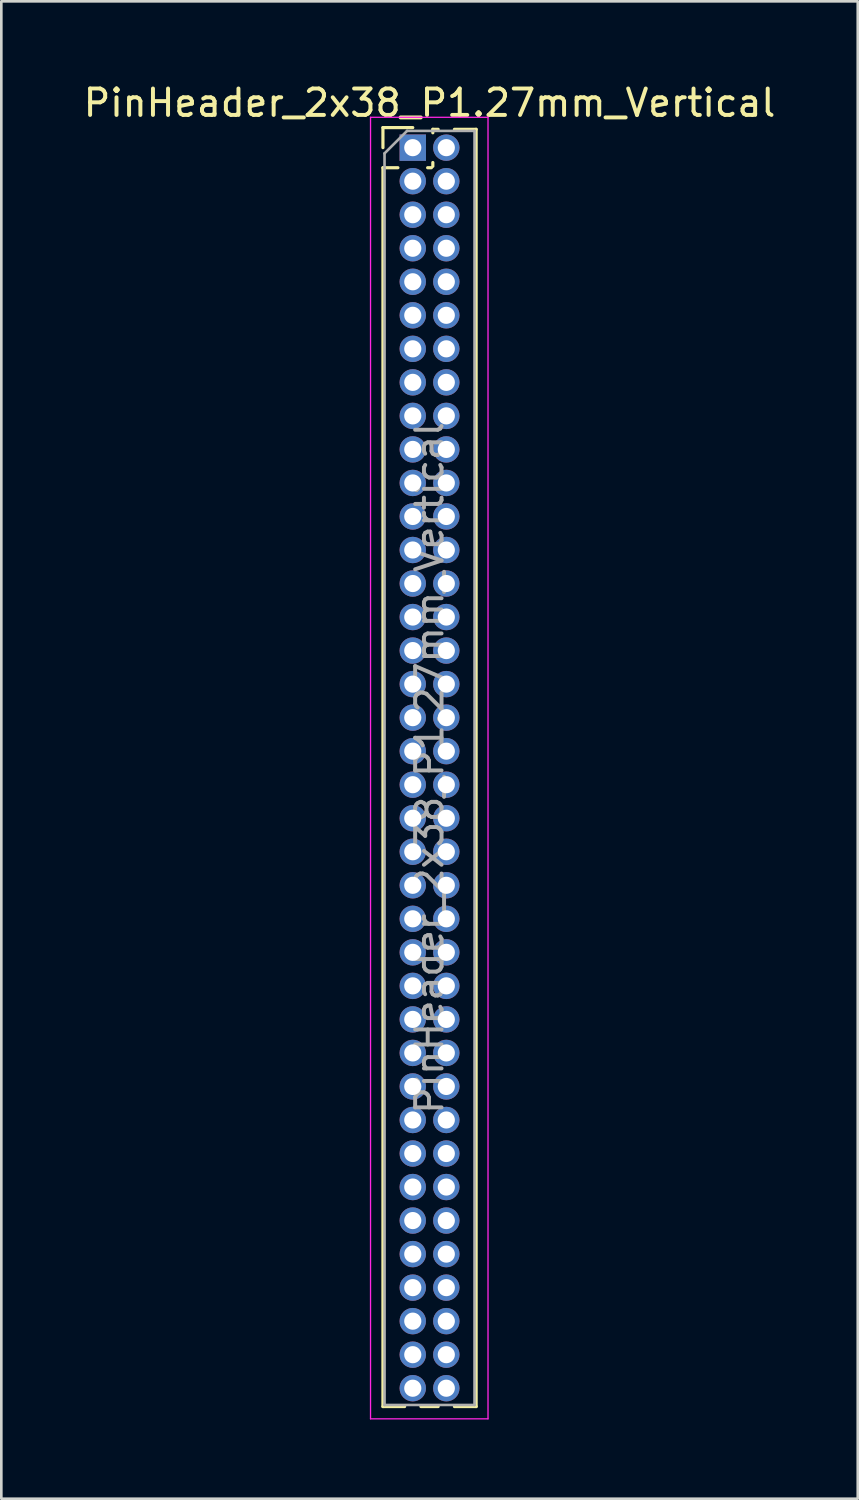
<source format=kicad_pcb>
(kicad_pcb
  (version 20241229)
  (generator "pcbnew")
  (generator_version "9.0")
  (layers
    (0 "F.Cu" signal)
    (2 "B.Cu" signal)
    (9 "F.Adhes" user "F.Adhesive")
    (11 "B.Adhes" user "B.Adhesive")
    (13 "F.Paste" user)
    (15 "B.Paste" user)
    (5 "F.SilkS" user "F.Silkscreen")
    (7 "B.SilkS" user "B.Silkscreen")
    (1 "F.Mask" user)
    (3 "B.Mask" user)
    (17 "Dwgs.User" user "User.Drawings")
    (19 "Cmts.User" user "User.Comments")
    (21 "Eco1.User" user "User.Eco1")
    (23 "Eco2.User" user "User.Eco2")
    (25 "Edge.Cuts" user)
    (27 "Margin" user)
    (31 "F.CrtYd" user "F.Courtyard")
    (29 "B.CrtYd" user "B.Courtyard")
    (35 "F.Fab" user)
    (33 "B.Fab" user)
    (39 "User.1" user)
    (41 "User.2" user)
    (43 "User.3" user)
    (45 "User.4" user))
  (footprint "PinHeader_2x38_P1.27mm_Vertical"
    (layer "F.Cu")
    (at 12.585 2.543)
    (property "Reference" "PinHeader_2x38_P1.27mm_Vertical" (at 0.635 -1.695 0) (layer "F.SilkS") (effects (font (size 1 1) (thickness 0.15))))
    (attr through_hole)
    (fp_line (start -1.13 -0.76) (end 0 -0.76) (stroke (width 0.12) (type solid)) (layer "F.SilkS"))
    (fp_line (start -1.13 0) (end -1.13 -0.76) (stroke (width 0.12) (type solid)) (layer "F.SilkS"))
    (fp_line (start -1.13 0.76) (end -1.13 47.685) (stroke (width 0.12) (type solid)) (layer "F.SilkS"))
    (fp_line (start -1.13 0.76) (end -0.563 0.76) (stroke (width 0.12) (type solid)) (layer "F.SilkS"))
    (fp_line (start -1.13 47.685) (end -0.308 47.685) (stroke (width 0.12) (type solid)) (layer "F.SilkS"))
    (fp_line (start 0.308 47.685) (end 0.962 47.685) (stroke (width 0.12) (type solid)) (layer "F.SilkS"))
    (fp_line (start 0.563 0.76) (end 0.707 0.76) (stroke (width 0.12) (type solid)) (layer "F.SilkS"))
    (fp_line (start 0.76 -0.695) (end 0.962 -0.695) (stroke (width 0.12) (type solid)) (layer "F.SilkS"))
    (fp_line (start 0.76 -0.563) (end 0.76 -0.695) (stroke (width 0.12) (type solid)) (layer "F.SilkS"))
    (fp_line (start 0.76 0.707) (end 0.76 0.563) (stroke (width 0.12) (type solid)) (layer "F.SilkS"))
    (fp_line (start 1.578 -0.695) (end 2.4 -0.695) (stroke (width 0.12) (type solid)) (layer "F.SilkS"))
    (fp_line (start 1.578 47.685) (end 2.4 47.685) (stroke (width 0.12) (type solid)) (layer "F.SilkS"))
    (fp_line (start 2.4 -0.695) (end 2.4 47.685) (stroke (width 0.12) (type solid)) (layer "F.SilkS"))
    (fp_line (start -1.6 -1.15) (end -1.6 48.15) (stroke (width 0.05) (type solid)) (layer "F.CrtYd"))
    (fp_line (start -1.6 48.15) (end 2.85 48.15) (stroke (width 0.05) (type solid)) (layer "F.CrtYd"))
    (fp_line (start 2.85 -1.15) (end -1.6 -1.15) (stroke (width 0.05) (type solid)) (layer "F.CrtYd"))
    (fp_line (start 2.85 48.15) (end 2.85 -1.15) (stroke (width 0.05) (type solid)) (layer "F.CrtYd"))
    (fp_line (start -1.07 0.217) (end -0.217 -0.635) (stroke (width 0.1) (type solid)) (layer "F.Fab"))
    (fp_line (start -1.07 47.625) (end -1.07 0.217) (stroke (width 0.1) (type solid)) (layer "F.Fab"))
    (fp_line (start -0.217 -0.635) (end 2.34 -0.635) (stroke (width 0.1) (type solid)) (layer "F.Fab"))
    (fp_line (start 2.34 -0.635) (end 2.34 47.625) (stroke (width 0.1) (type solid)) (layer "F.Fab"))
    (fp_line (start 2.34 47.625) (end -1.07 47.625) (stroke (width 0.1) (type solid)) (layer "F.Fab"))
    (fp_text user "${REFERENCE}" (at 0.635 23.495 90) (layer "F.Fab") (effects (font (size 1 1) (thickness 0.15))))
    (pad "1" thru_hole rect (at 0 0) (size 1 1) (drill 0.65) (layers "*.Cu" "*.Mask"))
    (pad "2" thru_hole oval (at 1.27 0) (size 1 1) (drill 0.65) (layers "*.Cu" "*.Mask"))
    (pad "3" thru_hole oval (at 0 1.27) (size 1 1) (drill 0.65) (layers "*.Cu" "*.Mask"))
    (pad "4" thru_hole oval (at 1.27 1.27) (size 1 1) (drill 0.65) (layers "*.Cu" "*.Mask"))
    (pad "5" thru_hole oval (at 0 2.54) (size 1 1) (drill 0.65) (layers "*.Cu" "*.Mask"))
    (pad "6" thru_hole oval (at 1.27 2.54) (size 1 1) (drill 0.65) (layers "*.Cu" "*.Mask"))
    (pad "7" thru_hole oval (at 0 3.81) (size 1 1) (drill 0.65) (layers "*.Cu" "*.Mask"))
    (pad "8" thru_hole oval (at 1.27 3.81) (size 1 1) (drill 0.65) (layers "*.Cu" "*.Mask"))
    (pad "9" thru_hole oval (at 0 5.08) (size 1 1) (drill 0.65) (layers "*.Cu" "*.Mask"))
    (pad "10" thru_hole oval (at 1.27 5.08) (size 1 1) (drill 0.65) (layers "*.Cu" "*.Mask"))
    (pad "11" thru_hole oval (at 0 6.35) (size 1 1) (drill 0.65) (layers "*.Cu" "*.Mask"))
    (pad "12" thru_hole oval (at 1.27 6.35) (size 1 1) (drill 0.65) (layers "*.Cu" "*.Mask"))
    (pad "13" thru_hole oval (at 0 7.62) (size 1 1) (drill 0.65) (layers "*.Cu" "*.Mask"))
    (pad "14" thru_hole oval (at 1.27 7.62) (size 1 1) (drill 0.65) (layers "*.Cu" "*.Mask"))
    (pad "15" thru_hole oval (at 0 8.89) (size 1 1) (drill 0.65) (layers "*.Cu" "*.Mask"))
    (pad "16" thru_hole oval (at 1.27 8.89) (size 1 1) (drill 0.65) (layers "*.Cu" "*.Mask"))
    (pad "17" thru_hole oval (at 0 10.16) (size 1 1) (drill 0.65) (layers "*.Cu" "*.Mask"))
    (pad "18" thru_hole oval (at 1.27 10.16) (size 1 1) (drill 0.65) (layers "*.Cu" "*.Mask"))
    (pad "19" thru_hole oval (at 0 11.43) (size 1 1) (drill 0.65) (layers "*.Cu" "*.Mask"))
    (pad "20" thru_hole oval (at 1.27 11.43) (size 1 1) (drill 0.65) (layers "*.Cu" "*.Mask"))
    (pad "21" thru_hole oval (at 0 12.7) (size 1 1) (drill 0.65) (layers "*.Cu" "*.Mask"))
    (pad "22" thru_hole oval (at 1.27 12.7) (size 1 1) (drill 0.65) (layers "*.Cu" "*.Mask"))
    (pad "23" thru_hole oval (at 0 13.97) (size 1 1) (drill 0.65) (layers "*.Cu" "*.Mask"))
    (pad "24" thru_hole oval (at 1.27 13.97) (size 1 1) (drill 0.65) (layers "*.Cu" "*.Mask"))
    (pad "25" thru_hole oval (at 0 15.24) (size 1 1) (drill 0.65) (layers "*.Cu" "*.Mask"))
    (pad "26" thru_hole oval (at 1.27 15.24) (size 1 1) (drill 0.65) (layers "*.Cu" "*.Mask"))
    (pad "27" thru_hole oval (at 0 16.51) (size 1 1) (drill 0.65) (layers "*.Cu" "*.Mask"))
    (pad "28" thru_hole oval (at 1.27 16.51) (size 1 1) (drill 0.65) (layers "*.Cu" "*.Mask"))
    (pad "29" thru_hole oval (at 0 17.78) (size 1 1) (drill 0.65) (layers "*.Cu" "*.Mask"))
    (pad "30" thru_hole oval (at 1.27 17.78) (size 1 1) (drill 0.65) (layers "*.Cu" "*.Mask"))
    (pad "31" thru_hole oval (at 0 19.05) (size 1 1) (drill 0.65) (layers "*.Cu" "*.Mask"))
    (pad "32" thru_hole oval (at 1.27 19.05) (size 1 1) (drill 0.65) (layers "*.Cu" "*.Mask"))
    (pad "33" thru_hole oval (at 0 20.32) (size 1 1) (drill 0.65) (layers "*.Cu" "*.Mask"))
    (pad "34" thru_hole oval (at 1.27 20.32) (size 1 1) (drill 0.65) (layers "*.Cu" "*.Mask"))
    (pad "35" thru_hole oval (at 0 21.59) (size 1 1) (drill 0.65) (layers "*.Cu" "*.Mask"))
    (pad "36" thru_hole oval (at 1.27 21.59) (size 1 1) (drill 0.65) (layers "*.Cu" "*.Mask"))
    (pad "37" thru_hole oval (at 0 22.86) (size 1 1) (drill 0.65) (layers "*.Cu" "*.Mask"))
    (pad "38" thru_hole oval (at 1.27 22.86) (size 1 1) (drill 0.65) (layers "*.Cu" "*.Mask"))
    (pad "39" thru_hole oval (at 0 24.13) (size 1 1) (drill 0.65) (layers "*.Cu" "*.Mask"))
    (pad "40" thru_hole oval (at 1.27 24.13) (size 1 1) (drill 0.65) (layers "*.Cu" "*.Mask"))
    (pad "41" thru_hole oval (at 0 25.4) (size 1 1) (drill 0.65) (layers "*.Cu" "*.Mask"))
    (pad "42" thru_hole oval (at 1.27 25.4) (size 1 1) (drill 0.65) (layers "*.Cu" "*.Mask"))
    (pad "43" thru_hole oval (at 0 26.67) (size 1 1) (drill 0.65) (layers "*.Cu" "*.Mask"))
    (pad "44" thru_hole oval (at 1.27 26.67) (size 1 1) (drill 0.65) (layers "*.Cu" "*.Mask"))
    (pad "45" thru_hole oval (at 0 27.94) (size 1 1) (drill 0.65) (layers "*.Cu" "*.Mask"))
    (pad "46" thru_hole oval (at 1.27 27.94) (size 1 1) (drill 0.65) (layers "*.Cu" "*.Mask"))
    (pad "47" thru_hole oval (at 0 29.21) (size 1 1) (drill 0.65) (layers "*.Cu" "*.Mask"))
    (pad "48" thru_hole oval (at 1.27 29.21) (size 1 1) (drill 0.65) (layers "*.Cu" "*.Mask"))
    (pad "49" thru_hole oval (at 0 30.48) (size 1 1) (drill 0.65) (layers "*.Cu" "*.Mask"))
    (pad "50" thru_hole oval (at 1.27 30.48) (size 1 1) (drill 0.65) (layers "*.Cu" "*.Mask"))
    (pad "51" thru_hole oval (at 0 31.75) (size 1 1) (drill 0.65) (layers "*.Cu" "*.Mask"))
    (pad "52" thru_hole oval (at 1.27 31.75) (size 1 1) (drill 0.65) (layers "*.Cu" "*.Mask"))
    (pad "53" thru_hole oval (at 0 33.02) (size 1 1) (drill 0.65) (layers "*.Cu" "*.Mask"))
    (pad "54" thru_hole oval (at 1.27 33.02) (size 1 1) (drill 0.65) (layers "*.Cu" "*.Mask"))
    (pad "55" thru_hole oval (at 0 34.29) (size 1 1) (drill 0.65) (layers "*.Cu" "*.Mask"))
    (pad "56" thru_hole oval (at 1.27 34.29) (size 1 1) (drill 0.65) (layers "*.Cu" "*.Mask"))
    (pad "57" thru_hole oval (at 0 35.56) (size 1 1) (drill 0.65) (layers "*.Cu" "*.Mask"))
    (pad "58" thru_hole oval (at 1.27 35.56) (size 1 1) (drill 0.65) (layers "*.Cu" "*.Mask"))
    (pad "59" thru_hole oval (at 0 36.83) (size 1 1) (drill 0.65) (layers "*.Cu" "*.Mask"))
    (pad "60" thru_hole oval (at 1.27 36.83) (size 1 1) (drill 0.65) (layers "*.Cu" "*.Mask"))
    (pad "61" thru_hole oval (at 0 38.1) (size 1 1) (drill 0.65) (layers "*.Cu" "*.Mask"))
    (pad "62" thru_hole oval (at 1.27 38.1) (size 1 1) (drill 0.65) (layers "*.Cu" "*.Mask"))
    (pad "63" thru_hole oval (at 0 39.37) (size 1 1) (drill 0.65) (layers "*.Cu" "*.Mask"))
    (pad "64" thru_hole oval (at 1.27 39.37) (size 1 1) (drill 0.65) (layers "*.Cu" "*.Mask"))
    (pad "65" thru_hole oval (at 0 40.64) (size 1 1) (drill 0.65) (layers "*.Cu" "*.Mask"))
    (pad "66" thru_hole oval (at 1.27 40.64) (size 1 1) (drill 0.65) (layers "*.Cu" "*.Mask"))
    (pad "67" thru_hole oval (at 0 41.91) (size 1 1) (drill 0.65) (layers "*.Cu" "*.Mask"))
    (pad "68" thru_hole oval (at 1.27 41.91) (size 1 1) (drill 0.65) (layers "*.Cu" "*.Mask"))
    (pad "69" thru_hole oval (at 0 43.18) (size 1 1) (drill 0.65) (layers "*.Cu" "*.Mask"))
    (pad "70" thru_hole oval (at 1.27 43.18) (size 1 1) (drill 0.65) (layers "*.Cu" "*.Mask"))
    (pad "71" thru_hole oval (at 0 44.45) (size 1 1) (drill 0.65) (layers "*.Cu" "*.Mask"))
    (pad "72" thru_hole oval (at 1.27 44.45) (size 1 1) (drill 0.65) (layers "*.Cu" "*.Mask"))
    (pad "73" thru_hole oval (at 0 45.72) (size 1 1) (drill 0.65) (layers "*.Cu" "*.Mask"))
    (pad "74" thru_hole oval (at 1.27 45.72) (size 1 1) (drill 0.65) (layers "*.Cu" "*.Mask"))
    (pad "75" thru_hole oval (at 0 46.99) (size 1 1) (drill 0.65) (layers "*.Cu" "*.Mask"))
    (pad "76" thru_hole oval (at 1.27 46.99) (size 1 1) (drill 0.65) (layers "*.Cu" "*.Mask")))
  (gr_rect
    (start -3 -3)
    (end 29.44 53.718)
    (stroke (width 0.1) (type default))
    (fill no)
    (layer "Edge.Cuts")))
</source>
